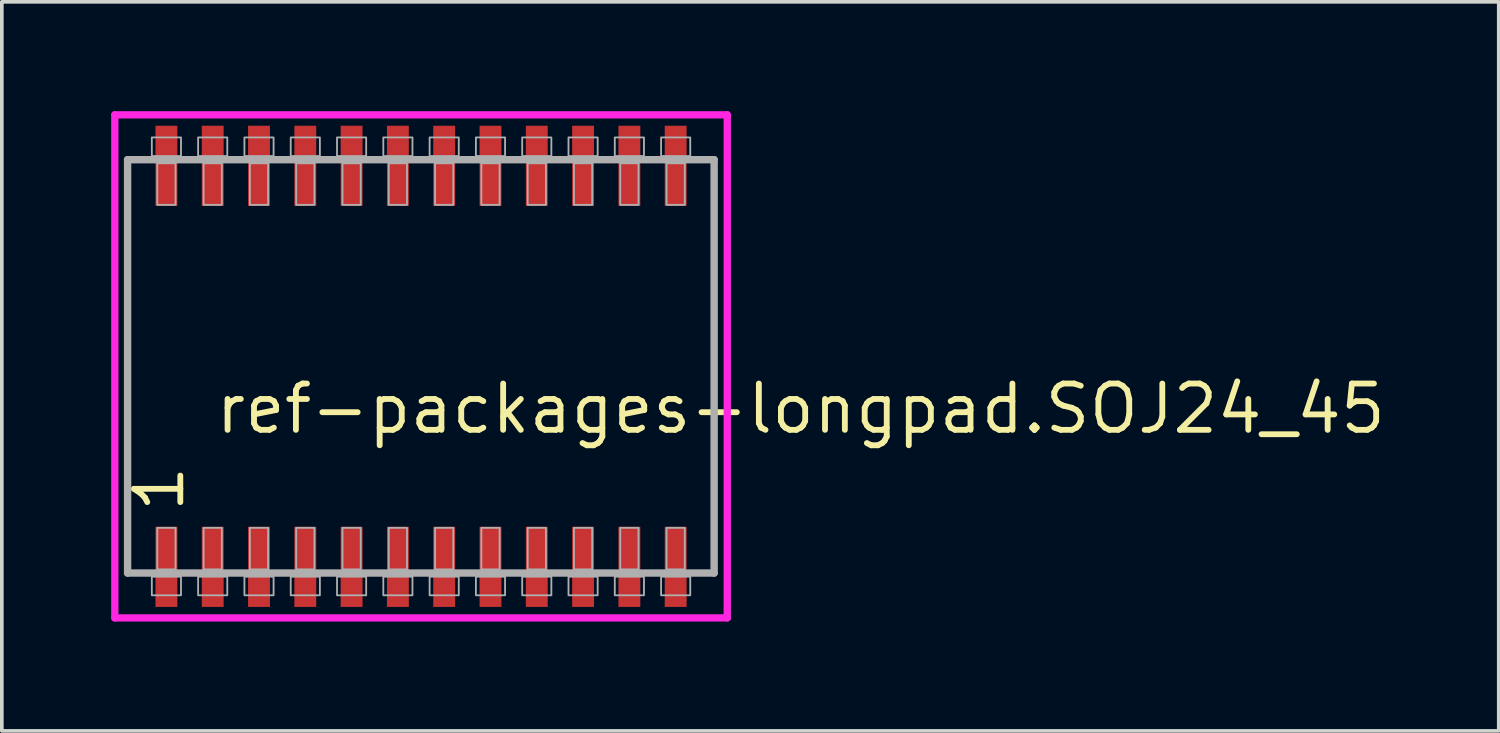
<source format=kicad_pcb>
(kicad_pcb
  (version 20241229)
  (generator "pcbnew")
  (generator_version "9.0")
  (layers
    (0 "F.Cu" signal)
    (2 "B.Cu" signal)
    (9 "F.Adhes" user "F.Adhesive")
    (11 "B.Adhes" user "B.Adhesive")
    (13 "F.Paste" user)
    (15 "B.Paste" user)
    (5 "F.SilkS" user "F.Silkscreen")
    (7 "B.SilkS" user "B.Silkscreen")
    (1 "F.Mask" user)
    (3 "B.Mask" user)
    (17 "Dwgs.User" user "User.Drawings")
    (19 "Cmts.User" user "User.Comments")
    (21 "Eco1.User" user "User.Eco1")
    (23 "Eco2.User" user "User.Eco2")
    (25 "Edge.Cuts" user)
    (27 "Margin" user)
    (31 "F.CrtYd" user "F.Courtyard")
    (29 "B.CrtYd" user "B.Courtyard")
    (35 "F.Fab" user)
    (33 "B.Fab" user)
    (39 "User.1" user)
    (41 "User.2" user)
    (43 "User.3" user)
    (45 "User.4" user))
  (footprint "ref-packages-longpad.SOJ24_45"
    (layer "F.Cu")
    (at 8.5 7)
    (property "Reference" "ref-packages-longpad.SOJ24_45" (at -5.715 1.905 0) (layer "F.SilkS") (effects (font (size 1.27 1.27) (thickness 0.16)) (justify left bottom)))
    (attr smd)
    (fp_line (start -8.4 -6.9) (end 8.4 -6.9) (stroke (width 0.2) (type default)) (layer "F.CrtYd"))
    (fp_line (start -8.4 6.9) (end -8.4 -6.9) (stroke (width 0.2) (type default)) (layer "F.CrtYd"))
    (fp_line (start 8.4 -6.9) (end 8.4 6.9) (stroke (width 0.2) (type default)) (layer "F.CrtYd"))
    (fp_line (start 8.4 6.9) (end -8.4 6.9) (stroke (width 0.2) (type default)) (layer "F.CrtYd"))
    (fp_line (start -8.05 -5.67) (end 8.04 -5.67) (stroke (width 0.203) (type default)) (layer "F.Fab"))
    (fp_line (start -8.05 5.67) (end -8.05 -5.67) (stroke (width 0.203) (type default)) (layer "F.Fab"))
    (fp_line (start 8.04 -5.67) (end 8.04 5.67) (stroke (width 0.203) (type default)) (layer "F.Fab"))
    (fp_line (start 8.04 5.67) (end -8.05 5.67) (stroke (width 0.203) (type default)) (layer "F.Fab"))
    (fp_rect (start -7.385 -5.77) (end -6.585 -6.28) (stroke (width 0.05) (type default)) (fill no) (layer "F.Fab"))
    (fp_rect (start -7.385 6.28) (end -6.585 5.77) (stroke (width 0.05) (type default)) (fill no) (layer "F.Fab"))
    (fp_rect (start -7.235 -4.43) (end -6.735 -5.57) (stroke (width 0.05) (type default)) (fill no) (layer "F.Fab"))
    (fp_rect (start -7.235 5.57) (end -6.735 4.43) (stroke (width 0.05) (type default)) (fill no) (layer "F.Fab"))
    (fp_rect (start -6.115 -5.77) (end -5.315 -6.28) (stroke (width 0.05) (type default)) (fill no) (layer "F.Fab"))
    (fp_rect (start -6.115 6.28) (end -5.315 5.77) (stroke (width 0.05) (type default)) (fill no) (layer "F.Fab"))
    (fp_rect (start -5.965 -4.43) (end -5.465 -5.57) (stroke (width 0.05) (type default)) (fill no) (layer "F.Fab"))
    (fp_rect (start -5.965 5.57) (end -5.465 4.43) (stroke (width 0.05) (type default)) (fill no) (layer "F.Fab"))
    (fp_rect (start -4.845 -5.77) (end -4.045 -6.28) (stroke (width 0.05) (type default)) (fill no) (layer "F.Fab"))
    (fp_rect (start -4.845 6.28) (end -4.045 5.77) (stroke (width 0.05) (type default)) (fill no) (layer "F.Fab"))
    (fp_rect (start -4.695 -4.43) (end -4.195 -5.57) (stroke (width 0.05) (type default)) (fill no) (layer "F.Fab"))
    (fp_rect (start -4.695 5.57) (end -4.195 4.43) (stroke (width 0.05) (type default)) (fill no) (layer "F.Fab"))
    (fp_rect (start -3.575 -5.77) (end -2.775 -6.28) (stroke (width 0.05) (type default)) (fill no) (layer "F.Fab"))
    (fp_rect (start -3.575 6.28) (end -2.775 5.77) (stroke (width 0.05) (type default)) (fill no) (layer "F.Fab"))
    (fp_rect (start -3.425 -4.43) (end -2.925 -5.57) (stroke (width 0.05) (type default)) (fill no) (layer "F.Fab"))
    (fp_rect (start -3.425 5.57) (end -2.925 4.43) (stroke (width 0.05) (type default)) (fill no) (layer "F.Fab"))
    (fp_rect (start -2.305 -5.77) (end -1.505 -6.28) (stroke (width 0.05) (type default)) (fill no) (layer "F.Fab"))
    (fp_rect (start -2.305 6.28) (end -1.505 5.77) (stroke (width 0.05) (type default)) (fill no) (layer "F.Fab"))
    (fp_rect (start -2.155 -4.43) (end -1.655 -5.57) (stroke (width 0.05) (type default)) (fill no) (layer "F.Fab"))
    (fp_rect (start -2.155 5.57) (end -1.655 4.43) (stroke (width 0.05) (type default)) (fill no) (layer "F.Fab"))
    (fp_rect (start -1.035 -5.77) (end -0.235 -6.28) (stroke (width 0.05) (type default)) (fill no) (layer "F.Fab"))
    (fp_rect (start -1.035 6.28) (end -0.235 5.77) (stroke (width 0.05) (type default)) (fill no) (layer "F.Fab"))
    (fp_rect (start -0.885 -4.43) (end -0.385 -5.57) (stroke (width 0.05) (type default)) (fill no) (layer "F.Fab"))
    (fp_rect (start -0.885 5.57) (end -0.385 4.43) (stroke (width 0.05) (type default)) (fill no) (layer "F.Fab"))
    (fp_rect (start 0.235 -5.77) (end 1.035 -6.28) (stroke (width 0.05) (type default)) (fill no) (layer "F.Fab"))
    (fp_rect (start 0.235 6.28) (end 1.035 5.77) (stroke (width 0.05) (type default)) (fill no) (layer "F.Fab"))
    (fp_rect (start 0.385 -4.43) (end 0.885 -5.57) (stroke (width 0.05) (type default)) (fill no) (layer "F.Fab"))
    (fp_rect (start 0.385 5.57) (end 0.885 4.43) (stroke (width 0.05) (type default)) (fill no) (layer "F.Fab"))
    (fp_rect (start 1.505 -5.77) (end 2.305 -6.28) (stroke (width 0.05) (type default)) (fill no) (layer "F.Fab"))
    (fp_rect (start 1.505 6.28) (end 2.305 5.77) (stroke (width 0.05) (type default)) (fill no) (layer "F.Fab"))
    (fp_rect (start 1.655 -4.43) (end 2.155 -5.57) (stroke (width 0.05) (type default)) (fill no) (layer "F.Fab"))
    (fp_rect (start 1.655 5.57) (end 2.155 4.43) (stroke (width 0.05) (type default)) (fill no) (layer "F.Fab"))
    (fp_rect (start 2.775 -5.77) (end 3.575 -6.28) (stroke (width 0.05) (type default)) (fill no) (layer "F.Fab"))
    (fp_rect (start 2.775 6.28) (end 3.575 5.77) (stroke (width 0.05) (type default)) (fill no) (layer "F.Fab"))
    (fp_rect (start 2.925 -4.43) (end 3.425 -5.57) (stroke (width 0.05) (type default)) (fill no) (layer "F.Fab"))
    (fp_rect (start 2.925 5.57) (end 3.425 4.43) (stroke (width 0.05) (type default)) (fill no) (layer "F.Fab"))
    (fp_rect (start 4.045 -5.77) (end 4.845 -6.28) (stroke (width 0.05) (type default)) (fill no) (layer "F.Fab"))
    (fp_rect (start 4.045 6.28) (end 4.845 5.77) (stroke (width 0.05) (type default)) (fill no) (layer "F.Fab"))
    (fp_rect (start 4.195 -4.43) (end 4.695 -5.57) (stroke (width 0.05) (type default)) (fill no) (layer "F.Fab"))
    (fp_rect (start 4.195 5.57) (end 4.695 4.43) (stroke (width 0.05) (type default)) (fill no) (layer "F.Fab"))
    (fp_rect (start 5.315 -5.77) (end 6.115 -6.28) (stroke (width 0.05) (type default)) (fill no) (layer "F.Fab"))
    (fp_rect (start 5.315 6.28) (end 6.115 5.77) (stroke (width 0.05) (type default)) (fill no) (layer "F.Fab"))
    (fp_rect (start 5.465 -4.43) (end 5.965 -5.57) (stroke (width 0.05) (type default)) (fill no) (layer "F.Fab"))
    (fp_rect (start 5.465 5.57) (end 5.965 4.43) (stroke (width 0.05) (type default)) (fill no) (layer "F.Fab"))
    (fp_rect (start 6.585 -5.77) (end 7.385 -6.28) (stroke (width 0.05) (type default)) (fill no) (layer "F.Fab"))
    (fp_rect (start 6.585 6.28) (end 7.385 5.77) (stroke (width 0.05) (type default)) (fill no) (layer "F.Fab"))
    (fp_rect (start 6.735 -4.43) (end 7.235 -5.57) (stroke (width 0.05) (type default)) (fill no) (layer "F.Fab"))
    (fp_rect (start 6.735 5.57) (end 7.235 4.43) (stroke (width 0.05) (type default)) (fill no) (layer "F.Fab"))
    (fp_text user "1" (at -6.44 4.07 90) (layer "F.SilkS") (effects (font (size 1.27 1.27) (thickness 0.16)) (justify left bottom)))
    (pad "1" smd roundrect (at -6.985 5.5) (size 0.6 2.2) (layers "F.Cu" "F.Mask" "F.Paste") (roundrect_rratio 0.01))
    (pad "2" smd roundrect (at -5.715 5.5) (size 0.6 2.2) (layers "F.Cu" "F.Mask" "F.Paste") (roundrect_rratio 0.01))
    (pad "3" smd roundrect (at -4.445 5.5) (size 0.6 2.2) (layers "F.Cu" "F.Mask" "F.Paste") (roundrect_rratio 0.01))
    (pad "4" smd roundrect (at -3.175 5.5) (size 0.6 2.2) (layers "F.Cu" "F.Mask" "F.Paste") (roundrect_rratio 0.01))
    (pad "5" smd roundrect (at -1.905 5.5) (size 0.6 2.2) (layers "F.Cu" "F.Mask" "F.Paste") (roundrect_rratio 0.01))
    (pad "6" smd roundrect (at -0.635 5.5) (size 0.6 2.2) (layers "F.Cu" "F.Mask" "F.Paste") (roundrect_rratio 0.01))
    (pad "7" smd roundrect (at 0.635 5.5) (size 0.6 2.2) (layers "F.Cu" "F.Mask" "F.Paste") (roundrect_rratio 0.01))
    (pad "8" smd roundrect (at 1.905 5.5) (size 0.6 2.2) (layers "F.Cu" "F.Mask" "F.Paste") (roundrect_rratio 0.01))
    (pad "9" smd roundrect (at 3.175 5.5) (size 0.6 2.2) (layers "F.Cu" "F.Mask" "F.Paste") (roundrect_rratio 0.01))
    (pad "10" smd roundrect (at 4.445 5.5) (size 0.6 2.2) (layers "F.Cu" "F.Mask" "F.Paste") (roundrect_rratio 0.01))
    (pad "11" smd roundrect (at 5.715 5.5) (size 0.6 2.2) (layers "F.Cu" "F.Mask" "F.Paste") (roundrect_rratio 0.01))
    (pad "12" smd roundrect (at 6.985 5.5) (size 0.6 2.2) (layers "F.Cu" "F.Mask" "F.Paste") (roundrect_rratio 0.01))
    (pad "13" smd roundrect (at 6.985 -5.5) (size 0.6 2.2) (layers "F.Cu" "F.Mask" "F.Paste") (roundrect_rratio 0.01))
    (pad "14" smd roundrect (at 5.715 -5.5) (size 0.6 2.2) (layers "F.Cu" "F.Mask" "F.Paste") (roundrect_rratio 0.01))
    (pad "15" smd roundrect (at 4.445 -5.5) (size 0.6 2.2) (layers "F.Cu" "F.Mask" "F.Paste") (roundrect_rratio 0.01))
    (pad "16" smd roundrect (at 3.175 -5.5) (size 0.6 2.2) (layers "F.Cu" "F.Mask" "F.Paste") (roundrect_rratio 0.01))
    (pad "17" smd roundrect (at 1.905 -5.5) (size 0.6 2.2) (layers "F.Cu" "F.Mask" "F.Paste") (roundrect_rratio 0.01))
    (pad "18" smd roundrect (at 0.635 -5.5) (size 0.6 2.2) (layers "F.Cu" "F.Mask" "F.Paste") (roundrect_rratio 0.01))
    (pad "19" smd roundrect (at -0.635 -5.5) (size 0.6 2.2) (layers "F.Cu" "F.Mask" "F.Paste") (roundrect_rratio 0.01))
    (pad "20" smd roundrect (at -1.905 -5.5) (size 0.6 2.2) (layers "F.Cu" "F.Mask" "F.Paste") (roundrect_rratio 0.01))
    (pad "21" smd roundrect (at -3.175 -5.5) (size 0.6 2.2) (layers "F.Cu" "F.Mask" "F.Paste") (roundrect_rratio 0.01))
    (pad "22" smd roundrect (at -4.445 -5.5) (size 0.6 2.2) (layers "F.Cu" "F.Mask" "F.Paste") (roundrect_rratio 0.01))
    (pad "23" smd roundrect (at -5.715 -5.5) (size 0.6 2.2) (layers "F.Cu" "F.Mask" "F.Paste") (roundrect_rratio 0.01))
    (pad "24" smd roundrect (at -6.985 -5.5) (size 0.6 2.2) (layers "F.Cu" "F.Mask" "F.Paste") (roundrect_rratio 0.01)))
  (gr_rect
    (start -3 -3)
    (end 38.063 17)
    (stroke (width 0.1) (type default))
    (fill no)
    (layer "Edge.Cuts")))
</source>
